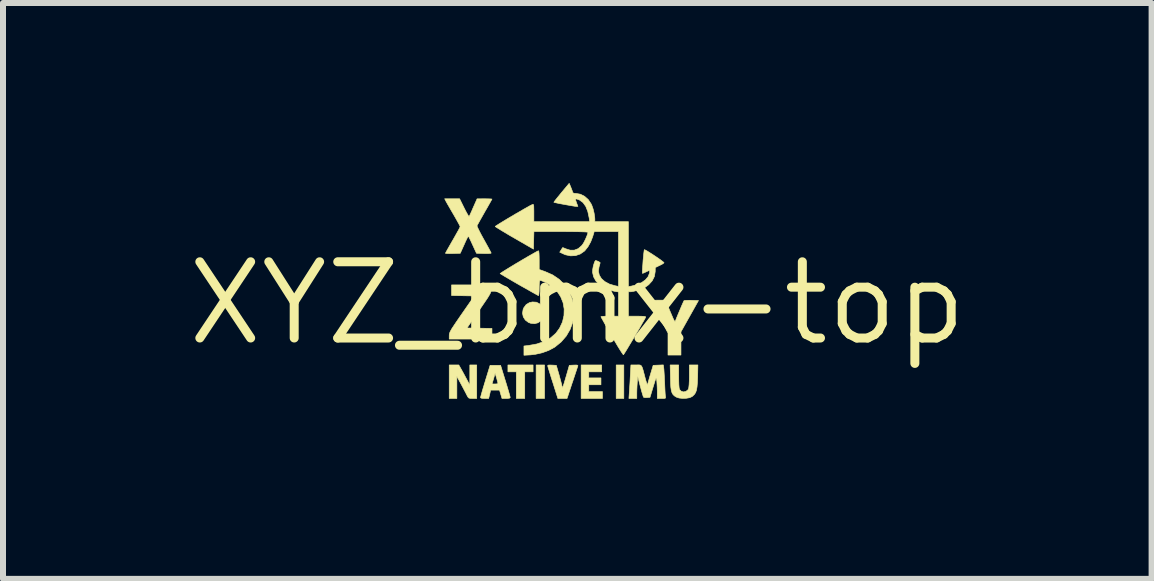
<source format=kicad_pcb>
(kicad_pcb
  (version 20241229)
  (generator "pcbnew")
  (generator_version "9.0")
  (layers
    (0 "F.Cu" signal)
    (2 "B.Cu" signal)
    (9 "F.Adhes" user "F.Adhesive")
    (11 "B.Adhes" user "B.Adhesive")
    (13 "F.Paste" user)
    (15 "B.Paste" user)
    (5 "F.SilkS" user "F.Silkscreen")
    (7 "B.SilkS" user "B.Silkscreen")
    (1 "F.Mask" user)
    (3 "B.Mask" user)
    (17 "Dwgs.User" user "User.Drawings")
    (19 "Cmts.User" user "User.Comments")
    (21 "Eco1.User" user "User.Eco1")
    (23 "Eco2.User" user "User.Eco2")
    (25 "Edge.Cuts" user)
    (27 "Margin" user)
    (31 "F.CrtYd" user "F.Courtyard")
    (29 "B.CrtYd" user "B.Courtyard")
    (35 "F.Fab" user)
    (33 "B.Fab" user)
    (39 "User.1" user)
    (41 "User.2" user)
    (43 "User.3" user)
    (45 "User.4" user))
  (footprint "XYZ_bmx-top"
    (layer "F.Cu")
    (at 6.569 2.002)
    (property "Reference" "XYZ_bmx-top" (at 0 0 0) (layer "F.SilkS") (effects (font (size 1.27 1.27) (thickness 0.15))))
    (attr through_hole)
    (fp_poly (pts (xy -0.546 1.587) (xy -0.686 1.587) (xy -0.686 1.029) (xy -0.546 1.029) (xy -0.546 1.587)) (stroke (width 0.01) (type solid)) (fill yes) (layer "F.SilkS"))
    (fp_poly (pts (xy 0.775 1.587) (xy 0.648 1.587) (xy 0.648 1.029) (xy 0.775 1.029) (xy 0.775 1.587)) (stroke (width 0.01) (type solid)) (fill yes) (layer "F.SilkS"))
    (fp_poly (pts (xy -0.737 1.143) (xy -0.876 1.143) (xy -0.876 1.587) (xy -1.016 1.587) (xy -1.016 1.143) (xy -1.156 1.143) (xy -1.156 1.029) (xy -0.737 1.029) (xy -0.737 1.143)) (stroke (width 0.01) (type solid)) (fill yes) (layer "F.SilkS"))
    (fp_poly (pts (xy 0.406 1.143) (xy 0.191 1.143) (xy 0.191 1.245) (xy 0.394 1.245) (xy 0.394 1.359) (xy 0.191 1.359) (xy 0.191 1.473) (xy 0.419 1.473) (xy 0.419 1.587) (xy 0.064 1.587) (xy 0.064 1.029) (xy 0.406 1.029) (xy 0.406 1.143)) (stroke (width 0.01) (type solid)) (fill yes) (layer "F.SilkS"))
    (fp_poly (pts (xy -0.682 -0.017) (xy -0.627 0.011) (xy -0.583 0.061) (xy -0.574 0.077) (xy -0.553 0.139) (xy -0.555 0.199) (xy -0.575 0.252) (xy -0.61 0.296) (xy -0.657 0.327) (xy -0.713 0.341) (xy -0.774 0.335) (xy -0.813 0.321) (xy -0.866 0.281) (xy -0.9 0.228) (xy -0.913 0.167) (xy -0.903 0.104) (xy -0.892 0.077) (xy -0.852 0.023) (xy -0.797 -0.01) (xy -0.748 -0.021) (xy -0.682 -0.017)) (stroke (width 0.01) (type solid)) (fill yes) (layer "F.SilkS"))
    (fp_poly (pts (xy -1.676 1.587) (xy -1.744 1.587) (xy -1.783 1.586) (xy -1.807 1.58) (xy -1.823 1.563) (xy -1.839 1.534) (xy -1.856 1.5) (xy -1.882 1.451) (xy -1.912 1.394) (xy -1.936 1.349) (xy -2.007 1.218) (xy -2.007 1.587) (xy -2.134 1.587) (xy -2.134 1.029) (xy -2.054 1.029) (xy -1.975 1.029) (xy -1.944 1.083) (xy -1.924 1.118) (xy -1.897 1.167) (xy -1.867 1.223) (xy -1.852 1.251) (xy -1.791 1.365) (xy -1.791 1.029) (xy -1.676 1.029) (xy -1.676 1.587)) (stroke (width 0.01) (type solid)) (fill yes) (layer "F.SilkS"))
    (fp_poly (pts (xy -1.435 -0.238) (xy -1.436 -0.218) (xy -1.438 -0.199) (xy -1.444 -0.179) (xy -1.455 -0.155) (xy -1.473 -0.124) (xy -1.498 -0.083) (xy -1.534 -0.03) (xy -1.581 0.039) (xy -1.637 0.121) (xy -1.838 0.413) (xy -1.63 0.416) (xy -1.422 0.42) (xy -1.422 0.597) (xy -2.134 0.597) (xy -2.134 0.539) (xy -2.133 0.521) (xy -2.129 0.503) (xy -2.122 0.482) (xy -2.108 0.455) (xy -2.088 0.42) (xy -2.058 0.375) (xy -2.018 0.315) (xy -1.966 0.239) (xy -1.925 0.18) (xy -1.716 -0.121) (xy -2.095 -0.128) (xy -2.095 -0.305) (xy -1.435 -0.305) (xy -1.435 -0.238)) (stroke (width 0.01) (type solid)) (fill yes) (layer "F.SilkS"))
    (fp_poly (pts (xy -0.424 1.031) (xy -0.35 1.035) (xy -0.302 1.2) (xy -0.285 1.263) (xy -0.27 1.319) (xy -0.259 1.362) (xy -0.255 1.387) (xy -0.254 1.39) (xy -0.252 1.406) (xy -0.247 1.405) (xy -0.237 1.383) (xy -0.222 1.341) (xy -0.203 1.277) (xy -0.185 1.216) (xy -0.133 1.035) (xy -0.059 1.031) (xy -0.016 1.03) (xy 0.006 1.034) (xy 0.01 1.042) (xy 0.01 1.044) (xy 0.004 1.06) (xy -0.008 1.097) (xy -0.026 1.151) (xy -0.048 1.217) (xy -0.073 1.293) (xy -0.084 1.324) (xy -0.171 1.587) (xy -0.324 1.587) (xy -0.405 1.33) (xy -0.43 1.253) (xy -0.452 1.182) (xy -0.47 1.123) (xy -0.484 1.079) (xy -0.491 1.053) (xy -0.492 1.05) (xy -0.493 1.038) (xy -0.483 1.031) (xy -0.457 1.03) (xy -0.424 1.031)) (stroke (width 0.01) (type solid)) (fill yes) (layer "F.SilkS"))
    (fp_poly (pts (xy 1.546 0.136) (xy 1.576 0.206) (xy 1.597 0.255) (xy 1.612 0.285) (xy 1.622 0.3) (xy 1.63 0.302) (xy 1.635 0.294) (xy 1.636 0.292) (xy 1.652 0.25) (xy 1.673 0.199) (xy 1.697 0.142) (xy 1.721 0.085) (xy 1.743 0.033) (xy 1.762 -0.009) (xy 1.774 -0.035) (xy 1.778 -0.042) (xy 1.794 -0.046) (xy 1.829 -0.048) (xy 1.877 -0.049) (xy 1.903 -0.048) (xy 2.019 -0.044) (xy 1.727 0.476) (xy 1.727 0.67) (xy 1.727 0.864) (xy 1.511 0.864) (xy 1.511 0.498) (xy 1.372 0.237) (xy 1.332 0.162) (xy 1.297 0.095) (xy 1.267 0.038) (xy 1.246 -0.005) (xy 1.234 -0.032) (xy 1.232 -0.038) (xy 1.244 -0.044) (xy 1.279 -0.049) (xy 1.334 -0.051) (xy 1.35 -0.051) (xy 1.469 -0.051) (xy 1.546 0.136)) (stroke (width 0.01) (type solid)) (fill yes) (layer "F.SilkS"))
    (fp_poly (pts (xy 1.689 1.22) (xy 1.69 1.294) (xy 1.692 1.357) (xy 1.696 1.405) (xy 1.701 1.433) (xy 1.703 1.437) (xy 1.731 1.466) (xy 1.768 1.478) (xy 1.807 1.471) (xy 1.84 1.447) (xy 1.853 1.427) (xy 1.858 1.402) (xy 1.863 1.356) (xy 1.866 1.293) (xy 1.867 1.219) (xy 1.867 1.212) (xy 1.867 1.029) (xy 2.009 1.029) (xy 2.005 1.229) (xy 2.001 1.322) (xy 1.995 1.393) (xy 1.986 1.447) (xy 1.971 1.489) (xy 1.95 1.521) (xy 1.922 1.547) (xy 1.913 1.555) (xy 1.872 1.574) (xy 1.816 1.584) (xy 1.754 1.586) (xy 1.696 1.58) (xy 1.651 1.565) (xy 1.619 1.545) (xy 1.595 1.522) (xy 1.578 1.493) (xy 1.566 1.453) (xy 1.558 1.399) (xy 1.554 1.326) (xy 1.552 1.241) (xy 1.547 1.029) (xy 1.689 1.029) (xy 1.689 1.22)) (stroke (width 0.01) (type solid)) (fill yes) (layer "F.SilkS"))
    (fp_poly (pts (xy -1.198 1.295) (xy -1.174 1.373) (xy -1.153 1.443) (xy -1.136 1.501) (xy -1.124 1.545) (xy -1.118 1.568) (xy -1.118 1.572) (xy -1.129 1.582) (xy -1.164 1.587) (xy -1.187 1.587) (xy -1.255 1.587) (xy -1.296 1.448) (xy -1.444 1.448) (xy -1.46 1.518) (xy -1.477 1.587) (xy -1.545 1.587) (xy -1.59 1.585) (xy -1.611 1.577) (xy -1.613 1.572) (xy -1.609 1.555) (xy -1.599 1.518) (xy -1.584 1.465) (xy -1.564 1.398) (xy -1.548 1.346) (xy -1.421 1.346) (xy -1.371 1.346) (xy -1.339 1.344) (xy -1.322 1.339) (xy -1.321 1.337) (xy -1.325 1.321) (xy -1.333 1.291) (xy -1.343 1.253) (xy -1.354 1.216) (xy -1.364 1.185) (xy -1.37 1.169) (xy -1.371 1.168) (xy -1.374 1.183) (xy -1.383 1.215) (xy -1.395 1.258) (xy -1.396 1.261) (xy -1.421 1.346) (xy -1.548 1.346) (xy -1.541 1.323) (xy -1.533 1.295) (xy -1.453 1.035) (xy -1.278 1.035) (xy -1.198 1.295)) (stroke (width 0.01) (type solid)) (fill yes) (layer "F.SilkS"))
    (fp_poly (pts (xy 1.44 1.076) (xy 1.443 1.105) (xy 1.446 1.154) (xy 1.45 1.217) (xy 1.453 1.288) (xy 1.455 1.321) (xy 1.458 1.392) (xy 1.461 1.456) (xy 1.464 1.508) (xy 1.467 1.543) (xy 1.469 1.553) (xy 1.471 1.572) (xy 1.466 1.583) (xy 1.446 1.587) (xy 1.408 1.587) (xy 1.404 1.587) (xy 1.333 1.587) (xy 1.333 1.464) (xy 1.331 1.402) (xy 1.328 1.344) (xy 1.325 1.297) (xy 1.323 1.283) (xy 1.319 1.261) (xy 1.316 1.25) (xy 1.311 1.252) (xy 1.303 1.27) (xy 1.291 1.306) (xy 1.274 1.362) (xy 1.263 1.397) (xy 1.211 1.568) (xy 1.163 1.572) (xy 1.129 1.573) (xy 1.106 1.568) (xy 1.104 1.566) (xy 1.097 1.551) (xy 1.086 1.515) (xy 1.071 1.465) (xy 1.055 1.404) (xy 1.05 1.388) (xy 1.007 1.219) (xy 0.999 1.316) (xy 0.995 1.38) (xy 0.992 1.449) (xy 0.991 1.501) (xy 0.991 1.587) (xy 0.86 1.587) (xy 0.868 1.47) (xy 0.872 1.408) (xy 0.877 1.332) (xy 0.881 1.251) (xy 0.884 1.191) (xy 0.893 1.029) (xy 0.98 1.029) (xy 1.015 1.028) (xy 1.04 1.029) (xy 1.058 1.035) (xy 1.072 1.05) (xy 1.084 1.076) (xy 1.097 1.118) (xy 1.113 1.178) (xy 1.125 1.225) (xy 1.142 1.288) (xy 1.155 1.328) (xy 1.163 1.349) (xy 1.169 1.354) (xy 1.174 1.344) (xy 1.175 1.34) (xy 1.182 1.312) (xy 1.195 1.267) (xy 1.211 1.211) (xy 1.224 1.168) (xy 1.264 1.035) (xy 1.433 1.028) (xy 1.44 1.076)) (stroke (width 0.01) (type solid)) (fill yes) (layer "F.SilkS"))
    (fp_poly (pts (xy -0.642 -0.864) (xy -0.638 -0.832) (xy -0.636 -0.783) (xy -0.635 -0.721) (xy -0.635 -0.72) (xy -0.635 -0.562) (xy -0.537 -0.527) (xy -0.41 -0.471) (xy -0.301 -0.397) (xy -0.211 -0.307) (xy -0.139 -0.198) (xy -0.128 -0.177) (xy -0.08 -0.054) (xy -0.056 0.071) (xy -0.055 0.197) (xy -0.077 0.32) (xy -0.12 0.437) (xy -0.184 0.547) (xy -0.269 0.645) (xy -0.372 0.729) (xy -0.383 0.736) (xy -0.476 0.786) (xy -0.583 0.825) (xy -0.697 0.851) (xy -0.778 0.861) (xy -0.889 0.867) (xy -0.889 0.713) (xy -0.816 0.705) (xy -0.673 0.679) (xy -0.549 0.636) (xy -0.444 0.577) (xy -0.358 0.501) (xy -0.296 0.417) (xy -0.247 0.313) (xy -0.222 0.205) (xy -0.219 0.097) (xy -0.237 -0.008) (xy -0.277 -0.107) (xy -0.336 -0.197) (xy -0.414 -0.274) (xy -0.51 -0.336) (xy -0.511 -0.337) (xy -0.556 -0.358) (xy -0.593 -0.373) (xy -0.616 -0.381) (xy -0.618 -0.381) (xy -0.626 -0.375) (xy -0.631 -0.356) (xy -0.634 -0.319) (xy -0.635 -0.26) (xy -0.635 -0.254) (xy -0.636 -0.201) (xy -0.639 -0.158) (xy -0.643 -0.133) (xy -0.646 -0.127) (xy -0.66 -0.133) (xy -0.691 -0.15) (xy -0.738 -0.176) (xy -0.796 -0.209) (xy -0.863 -0.247) (xy -0.935 -0.287) (xy -1.008 -0.329) (xy -1.079 -0.37) (xy -1.145 -0.409) (xy -1.202 -0.442) (xy -1.246 -0.469) (xy -1.276 -0.487) (xy -1.286 -0.494) (xy -1.277 -0.501) (xy -1.249 -0.52) (xy -1.206 -0.547) (xy -1.151 -0.581) (xy -1.087 -0.62) (xy -1.018 -0.662) (xy -0.945 -0.705) (xy -0.874 -0.747) (xy -0.807 -0.786) (xy -0.747 -0.82) (xy -0.698 -0.848) (xy -0.663 -0.867) (xy -0.647 -0.874) (xy -0.642 -0.864)) (stroke (width 0.01) (type solid)) (fill yes) (layer "F.SilkS"))
    (fp_poly (pts (xy -1.886 -1.588) (xy -1.858 -1.533) (xy -1.833 -1.488) (xy -1.815 -1.457) (xy -1.804 -1.445) (xy -1.803 -1.445) (xy -1.795 -1.459) (xy -1.779 -1.493) (xy -1.758 -1.539) (xy -1.734 -1.595) (xy -1.733 -1.597) (xy -1.67 -1.739) (xy -1.546 -1.74) (xy -1.494 -1.739) (xy -1.452 -1.738) (xy -1.427 -1.736) (xy -1.422 -1.735) (xy -1.428 -1.723) (xy -1.445 -1.692) (xy -1.471 -1.646) (xy -1.503 -1.589) (xy -1.541 -1.524) (xy -1.544 -1.518) (xy -1.582 -1.451) (xy -1.616 -1.391) (xy -1.643 -1.342) (xy -1.662 -1.308) (xy -1.671 -1.291) (xy -1.671 -1.291) (xy -1.667 -1.275) (xy -1.652 -1.242) (xy -1.628 -1.193) (xy -1.597 -1.134) (xy -1.56 -1.067) (xy -1.556 -1.06) (xy -1.519 -0.993) (xy -1.486 -0.933) (xy -1.46 -0.885) (xy -1.442 -0.851) (xy -1.435 -0.835) (xy -1.435 -0.835) (xy -1.447 -0.831) (xy -1.479 -0.828) (xy -1.525 -0.828) (xy -1.557 -0.828) (xy -1.68 -0.832) (xy -1.745 -0.974) (xy -1.77 -1.029) (xy -1.792 -1.074) (xy -1.808 -1.105) (xy -1.816 -1.117) (xy -1.816 -1.117) (xy -1.823 -1.106) (xy -1.839 -1.077) (xy -1.86 -1.033) (xy -1.884 -0.979) (xy -1.886 -0.975) (xy -1.95 -0.832) (xy -2.073 -0.828) (xy -2.126 -0.827) (xy -2.167 -0.828) (xy -2.192 -0.83) (xy -2.197 -0.832) (xy -2.191 -0.845) (xy -2.174 -0.876) (xy -2.148 -0.922) (xy -2.115 -0.98) (xy -2.078 -1.045) (xy -2.074 -1.051) (xy -2.036 -1.118) (xy -2.003 -1.177) (xy -1.976 -1.225) (xy -1.959 -1.259) (xy -1.952 -1.276) (xy -1.952 -1.276) (xy -1.958 -1.291) (xy -1.975 -1.324) (xy -2.001 -1.371) (xy -2.033 -1.428) (xy -2.063 -1.48) (xy -2.101 -1.545) (xy -2.135 -1.604) (xy -2.164 -1.654) (xy -2.184 -1.69) (xy -2.192 -1.705) (xy -2.21 -1.74) (xy -1.961 -1.74) (xy -1.886 -1.588)) (stroke (width 0.01) (type solid)) (fill yes) (layer "F.SilkS"))
    (fp_poly (pts (xy -0.112 -1.943) (xy -0.096 -1.903) (xy -0.083 -1.868) (xy -0.081 -1.859) (xy -0.072 -1.839) (xy -0.053 -1.831) (xy -0.021 -1.829) (xy 0.052 -1.816) (xy 0.121 -1.781) (xy 0.182 -1.727) (xy 0.229 -1.657) (xy 0.241 -1.633) (xy 0.263 -1.571) (xy 0.28 -1.5) (xy 0.29 -1.433) (xy 0.292 -1.403) (xy 0.292 -1.359) (xy 0.851 -1.359) (xy 0.851 -0.277) (xy 0.905 -0.286) (xy 0.994 -0.309) (xy 1.072 -0.344) (xy 1.135 -0.389) (xy 1.179 -0.441) (xy 1.202 -0.499) (xy 1.203 -0.501) (xy 1.206 -0.53) (xy 1.202 -0.543) (xy 1.184 -0.54) (xy 1.15 -0.524) (xy 1.141 -0.52) (xy 1.11 -0.505) (xy 1.089 -0.498) (xy 1.085 -0.498) (xy 1.084 -0.512) (xy 1.085 -0.546) (xy 1.088 -0.595) (xy 1.092 -0.653) (xy 1.096 -0.714) (xy 1.102 -0.774) (xy 1.107 -0.827) (xy 1.112 -0.867) (xy 1.116 -0.89) (xy 1.117 -0.892) (xy 1.129 -0.888) (xy 1.158 -0.873) (xy 1.198 -0.848) (xy 1.246 -0.818) (xy 1.297 -0.784) (xy 1.346 -0.751) (xy 1.39 -0.72) (xy 1.423 -0.695) (xy 1.442 -0.679) (xy 1.445 -0.675) (xy 1.436 -0.665) (xy 1.41 -0.648) (xy 1.373 -0.63) (xy 1.299 -0.594) (xy 1.298 -0.527) (xy 1.285 -0.447) (xy 1.248 -0.373) (xy 1.189 -0.308) (xy 1.129 -0.264) (xy 1.094 -0.247) (xy 1.044 -0.228) (xy 0.988 -0.211) (xy 0.935 -0.197) (xy 0.895 -0.191) (xy 0.888 -0.191) (xy 0.851 -0.191) (xy 0.851 0.216) (xy 0.998 0.216) (xy 1.064 0.217) (xy 1.107 0.219) (xy 1.132 0.223) (xy 1.14 0.229) (xy 1.139 0.232) (xy 1.129 0.253) (xy 1.108 0.291) (xy 1.078 0.342) (xy 1.043 0.404) (xy 1.003 0.472) (xy 0.961 0.544) (xy 0.918 0.616) (xy 0.877 0.684) (xy 0.84 0.746) (xy 0.809 0.797) (xy 0.785 0.835) (xy 0.771 0.856) (xy 0.768 0.859) (xy 0.759 0.849) (xy 0.739 0.82) (xy 0.71 0.775) (xy 0.673 0.715) (xy 0.631 0.644) (xy 0.585 0.565) (xy 0.575 0.547) (xy 0.528 0.466) (xy 0.486 0.392) (xy 0.45 0.328) (xy 0.422 0.277) (xy 0.402 0.242) (xy 0.394 0.225) (xy 0.394 0.224) (xy 0.406 0.221) (xy 0.438 0.218) (xy 0.485 0.216) (xy 0.54 0.216) (xy 0.686 0.216) (xy 0.686 -0.188) (xy 0.626 -0.197) (xy 0.528 -0.22) (xy 0.441 -0.259) (xy 0.367 -0.31) (xy 0.309 -0.371) (xy 0.271 -0.44) (xy 0.254 -0.514) (xy 0.254 -0.527) (xy 0.257 -0.566) (xy 0.265 -0.611) (xy 0.277 -0.654) (xy 0.289 -0.689) (xy 0.301 -0.709) (xy 0.305 -0.711) (xy 0.325 -0.706) (xy 0.352 -0.695) (xy 0.374 -0.682) (xy 0.381 -0.674) (xy 0.377 -0.659) (xy 0.369 -0.627) (xy 0.362 -0.605) (xy 0.352 -0.534) (xy 0.366 -0.469) (xy 0.402 -0.41) (xy 0.459 -0.36) (xy 0.535 -0.319) (xy 0.629 -0.291) (xy 0.645 -0.288) (xy 0.686 -0.28) (xy 0.686 -1.194) (xy 0.484 -1.194) (xy 0.282 -1.194) (xy 0.256 -1.108) (xy 0.223 -1.022) (xy 0.179 -0.943) (xy 0.129 -0.879) (xy 0.117 -0.867) (xy 0.049 -0.82) (xy -0.03 -0.793) (xy -0.113 -0.789) (xy -0.198 -0.807) (xy -0.226 -0.819) (xy -0.293 -0.85) (xy -0.271 -0.885) (xy -0.255 -0.911) (xy -0.246 -0.925) (xy -0.246 -0.926) (xy -0.233 -0.924) (xy -0.206 -0.913) (xy -0.196 -0.908) (xy -0.12 -0.884) (xy -0.05 -0.884) (xy 0.015 -0.909) (xy 0.072 -0.958) (xy 0.089 -0.98) (xy 0.111 -1.015) (xy 0.134 -1.061) (xy 0.155 -1.109) (xy 0.171 -1.151) (xy 0.178 -1.18) (xy 0.178 -1.182) (xy 0.165 -1.185) (xy 0.129 -1.188) (xy 0.07 -1.19) (xy -0.01 -1.192) (xy -0.11 -1.193) (xy -0.228 -1.194) (xy -0.273 -1.194) (xy -0.723 -1.194) (xy -0.727 -1.047) (xy -0.73 -0.901) (xy -1.047 -1.084) (xy -1.129 -1.131) (xy -1.202 -1.175) (xy -1.266 -1.213) (xy -1.316 -1.244) (xy -1.351 -1.266) (xy -1.367 -1.277) (xy -1.368 -1.278) (xy -1.358 -1.287) (xy -1.33 -1.305) (xy -1.286 -1.333) (xy -1.23 -1.367) (xy -1.166 -1.406) (xy -1.096 -1.447) (xy -1.024 -1.49) (xy -0.954 -1.53) (xy -0.889 -1.568) (xy -0.832 -1.6) (xy -0.786 -1.626) (xy -0.755 -1.641) (xy -0.746 -1.645) (xy -0.737 -1.647) (xy -0.73 -1.641) (xy -0.726 -1.622) (xy -0.725 -1.588) (xy -0.724 -1.534) (xy -0.724 -1.506) (xy -0.724 -1.359) (xy 0.206 -1.359) (xy 0.198 -1.419) (xy 0.175 -1.527) (xy 0.141 -1.613) (xy 0.095 -1.677) (xy 0.039 -1.718) (xy 0.029 -1.723) (xy -0.008 -1.736) (xy -0.026 -1.736) (xy -0.028 -1.718) (xy -0.015 -1.68) (xy -0.014 -1.676) (xy 0.01 -1.613) (xy -0.017 -1.613) (xy -0.039 -1.615) (xy -0.078 -1.621) (xy -0.129 -1.63) (xy -0.187 -1.64) (xy -0.247 -1.651) (xy -0.302 -1.661) (xy -0.348 -1.671) (xy -0.379 -1.678) (xy -0.39 -1.681) (xy -0.384 -1.692) (xy -0.364 -1.719) (xy -0.333 -1.758) (xy -0.293 -1.807) (xy -0.265 -1.842) (xy -0.135 -1.997) (xy -0.112 -1.943)) (stroke (width 0.01) (type solid)) (fill yes) (layer "F.SilkS")))
  (gr_rect
    (start -3 -3)
    (end 16.138 6.595)
    (stroke (width 0.1) (type default))
    (fill no)
    (layer "Edge.Cuts")))
</source>
